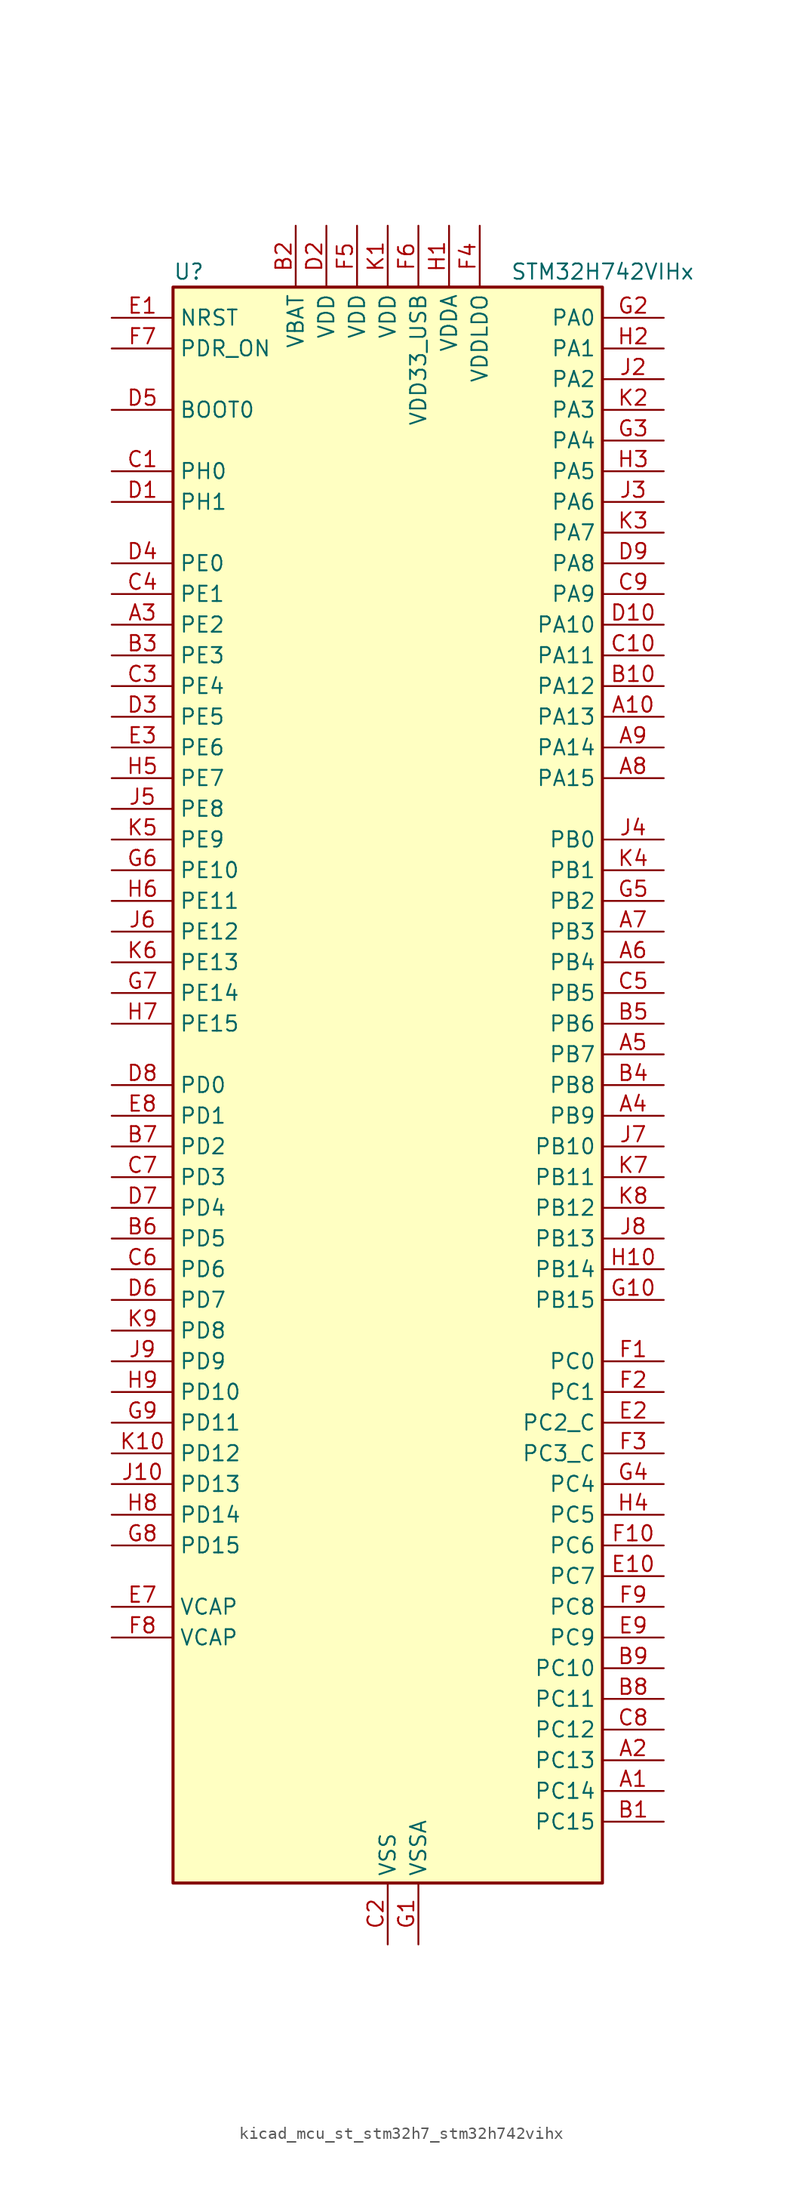
<source format=kicad_sym>
(kicad_symbol_lib
  (version 20220914)
  (generator kicad_symbol_editor)
  (symbol "kicad_mcu_st_stm32h7_stm32h742vihx"
    (property "Reference" "U"
      (at -17.78 67.31 0)
      (effects (font (size 1.27 1.27)) (justify left)))
    (property "Value" "STM32H742VIHx"
      (at 10.16 67.31 0)
      (effects (font (size 1.27 1.27)) (justify left)))
    (property "ki_locked" ""
      (at 0 0 0)
      (effects (font (size 1.27 1.27))))
    (symbol "kicad_mcu_st_stm32h7_stm32h742vihx_0_1"
      (rectangle (start -17.78 -66.04) (end 17.78 66.04) (stroke (width 0.254) (type default)) (fill (type background))))
    (symbol "kicad_mcu_st_stm32h7_stm32h742vihx_1_1"
      (pin bidirectional line (at 22.86 -58.42 180) (length 5.08) (name "PC14" (effects (font (size 1.27 1.27)))) (number "A1" (effects (font (size 1.27 1.27)))) (alternate "RCC_OSC32_IN" bidirectional line))
      (pin bidirectional line (at 22.86 30.48 180) (length 5.08) (name "PA13" (effects (font (size 1.27 1.27)))) (number "A10" (effects (font (size 1.27 1.27)))) (alternate "DEBUG_JTMS-SWDIO" bidirectional line))
      (pin bidirectional line (at 22.86 -55.88 180) (length 5.08) (name "PC13" (effects (font (size 1.27 1.27)))) (number "A2" (effects (font (size 1.27 1.27)))) (alternate "PWR_WKUP2" bidirectional line) (alternate "RTC_OUT_ALARM" bidirectional line) (alternate "RTC_OUT_CALIB" bidirectional line) (alternate "RTC_TAMP1" bidirectional line) (alternate "RTC_TS" bidirectional line))
      (pin bidirectional line (at -22.86 38.1 0) (length 5.08) (name "PE2" (effects (font (size 1.27 1.27)))) (number "A3" (effects (font (size 1.27 1.27)))) (alternate "DEBUG_TRACECLK" bidirectional line) (alternate "ETH_TXD3" bidirectional line) (alternate "FMC_A23" bidirectional line) (alternate "QUADSPI_BK1_IO2" bidirectional line) (alternate "SAI1_CK1" bidirectional line) (alternate "SAI1_MCLK_A" bidirectional line) (alternate "SAI4_CK1" bidirectional line) (alternate "SAI4_MCLK_A" bidirectional line) (alternate "SPI4_SCK" bidirectional line))
      (pin bidirectional line (at 22.86 -2.54 180) (length 5.08) (name "PB9" (effects (font (size 1.27 1.27)))) (number "A4" (effects (font (size 1.27 1.27)))) (alternate "DAC1_EXTI9" bidirectional line) (alternate "DCMI_D7" bidirectional line) (alternate "DFSDM1_DATIN7" bidirectional line) (alternate "FDCAN1_TX" bidirectional line) (alternate "I2C1_SDA" bidirectional line) (alternate "I2C4_SDA" bidirectional line) (alternate "I2C4_SMBA" bidirectional line) (alternate "I2S2_WS" bidirectional line) (alternate "SDMMC1_CDIR" bidirectional line) (alternate "SDMMC1_D5" bidirectional line) (alternate "SDMMC2_D5" bidirectional line) (alternate "SPI2_NSS" bidirectional line) (alternate "TIM17_CH1" bidirectional line) (alternate "TIM4_CH4" bidirectional line) (alternate "UART4_TX" bidirectional line))
      (pin bidirectional line (at 22.86 2.54 180) (length 5.08) (name "PB7" (effects (font (size 1.27 1.27)))) (number "A5" (effects (font (size 1.27 1.27)))) (alternate "DCMI_VSYNC" bidirectional line) (alternate "DFSDM1_CKIN5" bidirectional line) (alternate "FMC_NL" bidirectional line) (alternate "HRTIM_EEV9" bidirectional line) (alternate "I2C1_SDA" bidirectional line) (alternate "I2C4_SDA" bidirectional line) (alternate "LPUART1_RX" bidirectional line) (alternate "PWR_PVD_IN" bidirectional line) (alternate "TIM17_CH1N" bidirectional line) (alternate "TIM4_CH2" bidirectional line) (alternate "USART1_RX" bidirectional line))
      (pin bidirectional line (at 22.86 10.16 180) (length 5.08) (name "PB4" (effects (font (size 1.27 1.27)))) (number "A6" (effects (font (size 1.27 1.27)))) (alternate "DEBUG_JTRST" bidirectional line) (alternate "HRTIM_EEV6" bidirectional line) (alternate "I2S1_SDI" bidirectional line) (alternate "I2S2_WS" bidirectional line) (alternate "I2S3_SDI" bidirectional line) (alternate "SDMMC2_D3" bidirectional line) (alternate "SPI1_MISO" bidirectional line) (alternate "SPI2_NSS" bidirectional line) (alternate "SPI3_MISO" bidirectional line) (alternate "SPI6_MISO" bidirectional line) (alternate "TIM16_BKIN" bidirectional line) (alternate "TIM3_CH1" bidirectional line) (alternate "UART7_TX" bidirectional line))
      (pin bidirectional line (at 22.86 12.7 180) (length 5.08) (name "PB3" (effects (font (size 1.27 1.27)))) (number "A7" (effects (font (size 1.27 1.27)))) (alternate "CRS_SYNC" bidirectional line) (alternate "DEBUG_JTDO-SWO" bidirectional line) (alternate "HRTIM_FLT4" bidirectional line) (alternate "I2S1_CK" bidirectional line) (alternate "I2S3_CK" bidirectional line) (alternate "SDMMC2_D2" bidirectional line) (alternate "SPI1_SCK" bidirectional line) (alternate "SPI3_SCK" bidirectional line) (alternate "SPI6_SCK" bidirectional line) (alternate "TIM2_CH2" bidirectional line) (alternate "UART7_RX" bidirectional line))
      (pin bidirectional line (at 22.86 25.4 180) (length 5.08) (name "PA15" (effects (font (size 1.27 1.27)))) (number "A8" (effects (font (size 1.27 1.27)))) (alternate "ADC1_EXTI15" bidirectional line) (alternate "ADC2_EXTI15" bidirectional line) (alternate "ADC3_EXTI15" bidirectional line) (alternate "CEC" bidirectional line) (alternate "DEBUG_JTDI" bidirectional line) (alternate "HRTIM_FLT1" bidirectional line) (alternate "I2S1_WS" bidirectional line) (alternate "I2S3_WS" bidirectional line) (alternate "SPI1_NSS" bidirectional line) (alternate "SPI3_NSS" bidirectional line) (alternate "SPI6_NSS" bidirectional line) (alternate "TIM2_CH1" bidirectional line) (alternate "TIM2_ETR" bidirectional line) (alternate "UART4_DE" bidirectional line) (alternate "UART4_RTS" bidirectional line) (alternate "UART7_TX" bidirectional line))
      (pin bidirectional line (at 22.86 27.94 180) (length 5.08) (name "PA14" (effects (font (size 1.27 1.27)))) (number "A9" (effects (font (size 1.27 1.27)))) (alternate "DEBUG_JTCK-SWCLK" bidirectional line))
      (pin bidirectional line (at 22.86 -60.96 180) (length 5.08) (name "PC15" (effects (font (size 1.27 1.27)))) (number "B1" (effects (font (size 1.27 1.27)))) (alternate "ADC1_EXTI15" bidirectional line) (alternate "ADC2_EXTI15" bidirectional line) (alternate "ADC3_EXTI15" bidirectional line) (alternate "RCC_OSC32_OUT" bidirectional line))
      (pin bidirectional line (at 22.86 33.02 180) (length 5.08) (name "PA12" (effects (font (size 1.27 1.27)))) (number "B10" (effects (font (size 1.27 1.27)))) (alternate "FDCAN1_TX" bidirectional line) (alternate "HRTIM_CHD2" bidirectional line) (alternate "I2S2_CK" bidirectional line) (alternate "LPUART1_DE" bidirectional line) (alternate "LPUART1_RTS" bidirectional line) (alternate "SAI2_FS_B" bidirectional line) (alternate "SPI2_SCK" bidirectional line) (alternate "TIM1_ETR" bidirectional line) (alternate "UART4_TX" bidirectional line) (alternate "USART1_DE" bidirectional line) (alternate "USART1_RTS" bidirectional line) (alternate "USB_OTG_FS_DP" bidirectional line))
      (pin power_in line (at -7.62 71.12 270) (length 5.08) (name "VBAT" (effects (font (size 1.27 1.27)))) (number "B2" (effects (font (size 1.27 1.27)))))
      (pin bidirectional line (at -22.86 35.56 0) (length 5.08) (name "PE3" (effects (font (size 1.27 1.27)))) (number "B3" (effects (font (size 1.27 1.27)))) (alternate "DEBUG_TRACED0" bidirectional line) (alternate "FMC_A19" bidirectional line) (alternate "SAI1_SD_B" bidirectional line) (alternate "SAI4_SD_B" bidirectional line) (alternate "TIM15_BKIN" bidirectional line))
      (pin bidirectional line (at 22.86 0 180) (length 5.08) (name "PB8" (effects (font (size 1.27 1.27)))) (number "B4" (effects (font (size 1.27 1.27)))) (alternate "DCMI_D6" bidirectional line) (alternate "DFSDM1_CKIN7" bidirectional line) (alternate "ETH_TXD3" bidirectional line) (alternate "FDCAN1_RX" bidirectional line) (alternate "I2C1_SCL" bidirectional line) (alternate "I2C4_SCL" bidirectional line) (alternate "SDMMC1_CKIN" bidirectional line) (alternate "SDMMC1_D4" bidirectional line) (alternate "SDMMC2_D4" bidirectional line) (alternate "TIM16_CH1" bidirectional line) (alternate "TIM4_CH3" bidirectional line) (alternate "UART4_RX" bidirectional line))
      (pin bidirectional line (at 22.86 5.08 180) (length 5.08) (name "PB6" (effects (font (size 1.27 1.27)))) (number "B5" (effects (font (size 1.27 1.27)))) (alternate "CEC" bidirectional line) (alternate "DCMI_D5" bidirectional line) (alternate "DFSDM1_DATIN5" bidirectional line) (alternate "FDCAN2_TX" bidirectional line) (alternate "FMC_SDNE1" bidirectional line) (alternate "HRTIM_EEV8" bidirectional line) (alternate "I2C1_SCL" bidirectional line) (alternate "I2C4_SCL" bidirectional line) (alternate "LPUART1_TX" bidirectional line) (alternate "QUADSPI_BK1_NCS" bidirectional line) (alternate "TIM16_CH1N" bidirectional line) (alternate "TIM4_CH1" bidirectional line) (alternate "UART5_TX" bidirectional line) (alternate "USART1_TX" bidirectional line))
      (pin bidirectional line (at -22.86 -12.7 0) (length 5.08) (name "PD5" (effects (font (size 1.27 1.27)))) (number "B6" (effects (font (size 1.27 1.27)))) (alternate "FMC_NWE" bidirectional line) (alternate "HRTIM_EEV3" bidirectional line) (alternate "USART2_TX" bidirectional line))
      (pin bidirectional line (at -22.86 -5.08 0) (length 5.08) (name "PD2" (effects (font (size 1.27 1.27)))) (number "B7" (effects (font (size 1.27 1.27)))) (alternate "DCMI_D11" bidirectional line) (alternate "DEBUG_TRACED2" bidirectional line) (alternate "SDMMC1_CMD" bidirectional line) (alternate "TIM3_ETR" bidirectional line) (alternate "UART5_RX" bidirectional line))
      (pin bidirectional line (at 22.86 -50.8 180) (length 5.08) (name "PC11" (effects (font (size 1.27 1.27)))) (number "B8" (effects (font (size 1.27 1.27)))) (alternate "ADC1_EXTI11" bidirectional line) (alternate "ADC2_EXTI11" bidirectional line) (alternate "ADC3_EXTI11" bidirectional line) (alternate "DCMI_D4" bidirectional line) (alternate "DFSDM1_DATIN5" bidirectional line) (alternate "HRTIM_FLT2" bidirectional line) (alternate "I2S3_SDI" bidirectional line) (alternate "QUADSPI_BK2_NCS" bidirectional line) (alternate "SDMMC1_D3" bidirectional line) (alternate "SPI3_MISO" bidirectional line) (alternate "UART4_RX" bidirectional line) (alternate "USART3_RX" bidirectional line))
      (pin bidirectional line (at 22.86 -48.26 180) (length 5.08) (name "PC10" (effects (font (size 1.27 1.27)))) (number "B9" (effects (font (size 1.27 1.27)))) (alternate "DCMI_D8" bidirectional line) (alternate "DFSDM1_CKIN5" bidirectional line) (alternate "HRTIM_EEV1" bidirectional line) (alternate "I2S3_CK" bidirectional line) (alternate "QUADSPI_BK1_IO1" bidirectional line) (alternate "SDMMC1_D2" bidirectional line) (alternate "SPI3_SCK" bidirectional line) (alternate "UART4_TX" bidirectional line) (alternate "USART3_TX" bidirectional line))
      (pin bidirectional line (at -22.86 50.8 0) (length 5.08) (name "PH0" (effects (font (size 1.27 1.27)))) (number "C1" (effects (font (size 1.27 1.27)))) (alternate "RCC_OSC_IN" bidirectional line))
      (pin bidirectional line (at 22.86 35.56 180) (length 5.08) (name "PA11" (effects (font (size 1.27 1.27)))) (number "C10" (effects (font (size 1.27 1.27)))) (alternate "ADC1_EXTI11" bidirectional line) (alternate "ADC2_EXTI11" bidirectional line) (alternate "ADC3_EXTI11" bidirectional line) (alternate "FDCAN1_RX" bidirectional line) (alternate "HRTIM_CHD1" bidirectional line) (alternate "I2S2_WS" bidirectional line) (alternate "LPUART1_CTS" bidirectional line) (alternate "SPI2_NSS" bidirectional line) (alternate "TIM1_CH4" bidirectional line) (alternate "UART4_RX" bidirectional line) (alternate "USART1_CTS" bidirectional line) (alternate "USART1_NSS" bidirectional line) (alternate "USB_OTG_FS_DM" bidirectional line))
      (pin power_in line (at 0 -71.12 90) (length 5.08) (name "VSS" (effects (font (size 1.27 1.27)))) (number "C2" (effects (font (size 1.27 1.27)))))
      (pin bidirectional line (at -22.86 33.02 0) (length 5.08) (name "PE4" (effects (font (size 1.27 1.27)))) (number "C3" (effects (font (size 1.27 1.27)))) (alternate "DCMI_D4" bidirectional line) (alternate "DEBUG_TRACED1" bidirectional line) (alternate "DFSDM1_DATIN3" bidirectional line) (alternate "FMC_A20" bidirectional line) (alternate "SAI1_D2" bidirectional line) (alternate "SAI1_FS_A" bidirectional line) (alternate "SAI4_D2" bidirectional line) (alternate "SAI4_FS_A" bidirectional line) (alternate "SPI4_NSS" bidirectional line) (alternate "TIM15_CH1N" bidirectional line))
      (pin bidirectional line (at -22.86 40.64 0) (length 5.08) (name "PE1" (effects (font (size 1.27 1.27)))) (number "C4" (effects (font (size 1.27 1.27)))) (alternate "DCMI_D3" bidirectional line) (alternate "FMC_NBL1" bidirectional line) (alternate "HRTIM_SCOUT" bidirectional line) (alternate "LPTIM1_IN2" bidirectional line) (alternate "UART8_TX" bidirectional line))
      (pin bidirectional line (at 22.86 7.62 180) (length 5.08) (name "PB5" (effects (font (size 1.27 1.27)))) (number "C5" (effects (font (size 1.27 1.27)))) (alternate "DCMI_D10" bidirectional line) (alternate "ETH_PPS_OUT" bidirectional line) (alternate "FDCAN2_RX" bidirectional line) (alternate "FMC_SDCKE1" bidirectional line) (alternate "HRTIM_EEV7" bidirectional line) (alternate "I2C1_SMBA" bidirectional line) (alternate "I2C4_SMBA" bidirectional line) (alternate "I2S1_SDO" bidirectional line) (alternate "I2S3_SDO" bidirectional line) (alternate "SPI1_MOSI" bidirectional line) (alternate "SPI3_MOSI" bidirectional line) (alternate "SPI6_MOSI" bidirectional line) (alternate "TIM17_BKIN" bidirectional line) (alternate "TIM3_CH2" bidirectional line) (alternate "UART5_RX" bidirectional line) (alternate "USB_OTG_HS_ULPI_D7" bidirectional line))
      (pin bidirectional line (at -22.86 -15.24 0) (length 5.08) (name "PD6" (effects (font (size 1.27 1.27)))) (number "C6" (effects (font (size 1.27 1.27)))) (alternate "DCMI_D10" bidirectional line) (alternate "DFSDM1_CKIN4" bidirectional line) (alternate "DFSDM1_DATIN1" bidirectional line) (alternate "FMC_NWAIT" bidirectional line) (alternate "I2S3_SDO" bidirectional line) (alternate "SAI1_D1" bidirectional line) (alternate "SAI1_SD_A" bidirectional line) (alternate "SAI4_D1" bidirectional line) (alternate "SAI4_SD_A" bidirectional line) (alternate "SDMMC2_CK" bidirectional line) (alternate "SPI3_MOSI" bidirectional line) (alternate "USART2_RX" bidirectional line))
      (pin bidirectional line (at -22.86 -7.62 0) (length 5.08) (name "PD3" (effects (font (size 1.27 1.27)))) (number "C7" (effects (font (size 1.27 1.27)))) (alternate "DCMI_D5" bidirectional line) (alternate "DFSDM1_CKOUT" bidirectional line) (alternate "FMC_CLK" bidirectional line) (alternate "I2S2_CK" bidirectional line) (alternate "SPI2_SCK" bidirectional line) (alternate "USART2_CTS" bidirectional line) (alternate "USART2_NSS" bidirectional line))
      (pin bidirectional line (at 22.86 -53.34 180) (length 5.08) (name "PC12" (effects (font (size 1.27 1.27)))) (number "C8" (effects (font (size 1.27 1.27)))) (alternate "DCMI_D9" bidirectional line) (alternate "DEBUG_TRACED3" bidirectional line) (alternate "HRTIM_EEV2" bidirectional line) (alternate "I2S3_SDO" bidirectional line) (alternate "SDMMC1_CK" bidirectional line) (alternate "SPI3_MOSI" bidirectional line) (alternate "UART5_TX" bidirectional line) (alternate "USART3_CK" bidirectional line))
      (pin bidirectional line (at 22.86 40.64 180) (length 5.08) (name "PA9" (effects (font (size 1.27 1.27)))) (number "C9" (effects (font (size 1.27 1.27)))) (alternate "DAC1_EXTI9" bidirectional line) (alternate "DCMI_D0" bidirectional line) (alternate "HRTIM_CHC1" bidirectional line) (alternate "I2C3_SMBA" bidirectional line) (alternate "I2S2_CK" bidirectional line) (alternate "LPUART1_TX" bidirectional line) (alternate "SPI2_SCK" bidirectional line) (alternate "TIM1_CH2" bidirectional line) (alternate "USART1_TX" bidirectional line) (alternate "USB_OTG_FS_VBUS" bidirectional line))
      (pin bidirectional line (at -22.86 48.26 0) (length 5.08) (name "PH1" (effects (font (size 1.27 1.27)))) (number "D1" (effects (font (size 1.27 1.27)))) (alternate "RCC_OSC_OUT" bidirectional line))
      (pin bidirectional line (at 22.86 38.1 180) (length 5.08) (name "PA10" (effects (font (size 1.27 1.27)))) (number "D10" (effects (font (size 1.27 1.27)))) (alternate "DCMI_D1" bidirectional line) (alternate "HRTIM_CHC2" bidirectional line) (alternate "LPUART1_RX" bidirectional line) (alternate "MDIOS_MDIO" bidirectional line) (alternate "TIM1_CH3" bidirectional line) (alternate "USART1_RX" bidirectional line) (alternate "USB_OTG_FS_ID" bidirectional line))
      (pin power_in line (at -5.08 71.12 270) (length 5.08) (name "VDD" (effects (font (size 1.27 1.27)))) (number "D2" (effects (font (size 1.27 1.27)))))
      (pin bidirectional line (at -22.86 30.48 0) (length 5.08) (name "PE5" (effects (font (size 1.27 1.27)))) (number "D3" (effects (font (size 1.27 1.27)))) (alternate "DCMI_D6" bidirectional line) (alternate "DEBUG_TRACED2" bidirectional line) (alternate "DFSDM1_CKIN3" bidirectional line) (alternate "FMC_A21" bidirectional line) (alternate "SAI1_CK2" bidirectional line) (alternate "SAI1_SCK_A" bidirectional line) (alternate "SAI4_CK2" bidirectional line) (alternate "SAI4_SCK_A" bidirectional line) (alternate "SPI4_MISO" bidirectional line) (alternate "TIM15_CH1" bidirectional line))
      (pin bidirectional line (at -22.86 43.18 0) (length 5.08) (name "PE0" (effects (font (size 1.27 1.27)))) (number "D4" (effects (font (size 1.27 1.27)))) (alternate "DCMI_D2" bidirectional line) (alternate "FMC_NBL0" bidirectional line) (alternate "HRTIM_SCIN" bidirectional line) (alternate "LPTIM1_ETR" bidirectional line) (alternate "LPTIM2_ETR" bidirectional line) (alternate "SAI2_MCLK_A" bidirectional line) (alternate "TIM4_ETR" bidirectional line) (alternate "UART8_RX" bidirectional line))
      (pin input line (at -22.86 55.88 0) (length 5.08) (name "BOOT0" (effects (font (size 1.27 1.27)))) (number "D5" (effects (font (size 1.27 1.27)))))
      (pin bidirectional line (at -22.86 -17.78 0) (length 5.08) (name "PD7" (effects (font (size 1.27 1.27)))) (number "D6" (effects (font (size 1.27 1.27)))) (alternate "DFSDM1_CKIN1" bidirectional line) (alternate "DFSDM1_DATIN4" bidirectional line) (alternate "FMC_NE1" bidirectional line) (alternate "I2S1_SDO" bidirectional line) (alternate "SDMMC2_CMD" bidirectional line) (alternate "SPDIFRX1_IN0" bidirectional line) (alternate "SPI1_MOSI" bidirectional line) (alternate "USART2_CK" bidirectional line))
      (pin bidirectional line (at -22.86 -10.16 0) (length 5.08) (name "PD4" (effects (font (size 1.27 1.27)))) (number "D7" (effects (font (size 1.27 1.27)))) (alternate "FMC_NOE" bidirectional line) (alternate "HRTIM_FLT3" bidirectional line) (alternate "SAI3_FS_A" bidirectional line) (alternate "USART2_DE" bidirectional line) (alternate "USART2_RTS" bidirectional line))
      (pin bidirectional line (at -22.86 0 0) (length 5.08) (name "PD0" (effects (font (size 1.27 1.27)))) (number "D8" (effects (font (size 1.27 1.27)))) (alternate "DFSDM1_CKIN6" bidirectional line) (alternate "FDCAN1_RX" bidirectional line) (alternate "FMC_D2" bidirectional line) (alternate "FMC_DA2" bidirectional line) (alternate "SAI3_SCK_A" bidirectional line) (alternate "UART4_RX" bidirectional line))
      (pin bidirectional line (at 22.86 43.18 180) (length 5.08) (name "PA8" (effects (font (size 1.27 1.27)))) (number "D9" (effects (font (size 1.27 1.27)))) (alternate "HRTIM_CHB2" bidirectional line) (alternate "I2C3_SCL" bidirectional line) (alternate "RCC_MCO_1" bidirectional line) (alternate "TIM1_CH1" bidirectional line) (alternate "TIM8_BKIN2" bidirectional line) (alternate "TIM8_BKIN2_COMP1" bidirectional line) (alternate "TIM8_BKIN2_COMP2" bidirectional line) (alternate "UART7_RX" bidirectional line) (alternate "USART1_CK" bidirectional line) (alternate "USB_OTG_FS_SOF" bidirectional line))
      (pin input line (at -22.86 63.5 0) (length 5.08) (name "NRST" (effects (font (size 1.27 1.27)))) (number "E1" (effects (font (size 1.27 1.27)))))
      (pin bidirectional line (at 22.86 -40.64 180) (length 5.08) (name "PC7" (effects (font (size 1.27 1.27)))) (number "E10" (effects (font (size 1.27 1.27)))) (alternate "DCMI_D1" bidirectional line) (alternate "DEBUG_TRGIO" bidirectional line) (alternate "DFSDM1_DATIN3" bidirectional line) (alternate "FMC_NE1" bidirectional line) (alternate "HRTIM_CHA2" bidirectional line) (alternate "I2S3_MCK" bidirectional line) (alternate "SDMMC1_D123DIR" bidirectional line) (alternate "SDMMC1_D7" bidirectional line) (alternate "SDMMC2_D7" bidirectional line) (alternate "SWPMI1_TX" bidirectional line) (alternate "TIM3_CH2" bidirectional line) (alternate "TIM8_CH2" bidirectional line) (alternate "USART6_RX" bidirectional line))
      (pin bidirectional line (at 22.86 -27.94 180) (length 5.08) (name "PC2_C" (effects (font (size 1.27 1.27)))) (number "E2" (effects (font (size 1.27 1.27)))) (alternate "ADC3_INN1" bidirectional line) (alternate "ADC3_INP0" bidirectional line) (alternate "DFSDM1_CKIN1" bidirectional line) (alternate "DFSDM1_CKOUT" bidirectional line) (alternate "ETH_TXD2" bidirectional line) (alternate "FMC_SDNE0" bidirectional line) (alternate "I2S2_SDI" bidirectional line) (alternate "PWR_CSTOP" bidirectional line) (alternate "SPI2_MISO" bidirectional line) (alternate "USB_OTG_HS_ULPI_DIR" bidirectional line))
      (pin bidirectional line (at -22.86 27.94 0) (length 5.08) (name "PE6" (effects (font (size 1.27 1.27)))) (number "E3" (effects (font (size 1.27 1.27)))) (alternate "DCMI_D7" bidirectional line) (alternate "DEBUG_TRACED3" bidirectional line) (alternate "FMC_A22" bidirectional line) (alternate "SAI1_D1" bidirectional line) (alternate "SAI1_SD_A" bidirectional line) (alternate "SAI2_MCLK_B" bidirectional line) (alternate "SAI4_D1" bidirectional line) (alternate "SAI4_SD_A" bidirectional line) (alternate "SPI4_MOSI" bidirectional line) (alternate "TIM15_CH2" bidirectional line) (alternate "TIM1_BKIN2" bidirectional line) (alternate "TIM1_BKIN2_COMP1" bidirectional line) (alternate "TIM1_BKIN2_COMP2" bidirectional line))
      (pin passive line (at 0 -71.12 90) (length 5.08) hide (name "VSS" (effects (font (size 1.27 1.27)))) (number "E4" (effects (font (size 1.27 1.27)))))
      (pin passive line (at 0 -71.12 90) (length 5.08) hide (name "VSS" (effects (font (size 1.27 1.27)))) (number "E5" (effects (font (size 1.27 1.27)))))
      (pin passive line (at 0 -71.12 90) (length 5.08) hide (name "VSS" (effects (font (size 1.27 1.27)))) (number "E6" (effects (font (size 1.27 1.27)))))
      (pin power_out line (at -22.86 -43.18 0) (length 5.08) (name "VCAP" (effects (font (size 1.27 1.27)))) (number "E7" (effects (font (size 1.27 1.27)))))
      (pin bidirectional line (at -22.86 -2.54 0) (length 5.08) (name "PD1" (effects (font (size 1.27 1.27)))) (number "E8" (effects (font (size 1.27 1.27)))) (alternate "DFSDM1_DATIN6" bidirectional line) (alternate "FDCAN1_TX" bidirectional line) (alternate "FMC_D3" bidirectional line) (alternate "FMC_DA3" bidirectional line) (alternate "SAI3_SD_A" bidirectional line) (alternate "UART4_TX" bidirectional line))
      (pin bidirectional line (at 22.86 -45.72 180) (length 5.08) (name "PC9" (effects (font (size 1.27 1.27)))) (number "E9" (effects (font (size 1.27 1.27)))) (alternate "DAC1_EXTI9" bidirectional line) (alternate "DCMI_D3" bidirectional line) (alternate "I2C3_SDA" bidirectional line) (alternate "I2S_CKIN" bidirectional line) (alternate "QUADSPI_BK1_IO0" bidirectional line) (alternate "RCC_MCO_2" bidirectional line) (alternate "SDMMC1_D1" bidirectional line) (alternate "SWPMI1_SUSPEND" bidirectional line) (alternate "TIM3_CH4" bidirectional line) (alternate "TIM8_CH4" bidirectional line) (alternate "UART5_CTS" bidirectional line))
      (pin bidirectional line (at 22.86 -22.86 180) (length 5.08) (name "PC0" (effects (font (size 1.27 1.27)))) (number "F1" (effects (font (size 1.27 1.27)))) (alternate "ADC1_INP10" bidirectional line) (alternate "ADC2_INP10" bidirectional line) (alternate "ADC3_INP10" bidirectional line) (alternate "DFSDM1_CKIN0" bidirectional line) (alternate "DFSDM1_DATIN4" bidirectional line) (alternate "FMC_SDNWE" bidirectional line) (alternate "SAI2_FS_B" bidirectional line) (alternate "USB_OTG_HS_ULPI_STP" bidirectional line))
      (pin bidirectional line (at 22.86 -38.1 180) (length 5.08) (name "PC6" (effects (font (size 1.27 1.27)))) (number "F10" (effects (font (size 1.27 1.27)))) (alternate "DCMI_D0" bidirectional line) (alternate "DFSDM1_CKIN3" bidirectional line) (alternate "FMC_NWAIT" bidirectional line) (alternate "HRTIM_CHA1" bidirectional line) (alternate "I2S2_MCK" bidirectional line) (alternate "SDMMC1_D0DIR" bidirectional line) (alternate "SDMMC1_D6" bidirectional line) (alternate "SDMMC2_D6" bidirectional line) (alternate "SWPMI1_IO" bidirectional line) (alternate "TIM3_CH1" bidirectional line) (alternate "TIM8_CH1" bidirectional line) (alternate "USART6_TX" bidirectional line))
      (pin bidirectional line (at 22.86 -25.4 180) (length 5.08) (name "PC1" (effects (font (size 1.27 1.27)))) (number "F2" (effects (font (size 1.27 1.27)))) (alternate "ADC1_INN10" bidirectional line) (alternate "ADC1_INP11" bidirectional line) (alternate "ADC2_INN10" bidirectional line) (alternate "ADC2_INP11" bidirectional line) (alternate "ADC3_INN10" bidirectional line) (alternate "ADC3_INP11" bidirectional line) (alternate "DEBUG_TRACED0" bidirectional line) (alternate "DFSDM1_CKIN4" bidirectional line) (alternate "DFSDM1_DATIN0" bidirectional line) (alternate "ETH_MDC" bidirectional line) (alternate "I2S2_SDO" bidirectional line) (alternate "MDIOS_MDC" bidirectional line) (alternate "PWR_WKUP5" bidirectional line) (alternate "RTC_TAMP3" bidirectional line) (alternate "SAI1_D1" bidirectional line) (alternate "SAI1_SD_A" bidirectional line) (alternate "SAI4_D1" bidirectional line) (alternate "SAI4_SD_A" bidirectional line) (alternate "SDMMC2_CK" bidirectional line) (alternate "SPI2_MOSI" bidirectional line))
      (pin bidirectional line (at 22.86 -30.48 180) (length 5.08) (name "PC3_C" (effects (font (size 1.27 1.27)))) (number "F3" (effects (font (size 1.27 1.27)))) (alternate "ADC3_INP1" bidirectional line) (alternate "DFSDM1_DATIN1" bidirectional line) (alternate "ETH_TX_CLK" bidirectional line) (alternate "FMC_SDCKE0" bidirectional line) (alternate "I2S2_SDO" bidirectional line) (alternate "PWR_CSLEEP" bidirectional line) (alternate "SPI2_MOSI" bidirectional line) (alternate "USB_OTG_HS_ULPI_NXT" bidirectional line))
      (pin power_in line (at 7.62 71.12 270) (length 5.08) (name "VDDLDO" (effects (font (size 1.27 1.27)))) (number "F4" (effects (font (size 1.27 1.27)))))
      (pin power_in line (at -2.54 71.12 270) (length 5.08) (name "VDD" (effects (font (size 1.27 1.27)))) (number "F5" (effects (font (size 1.27 1.27)))))
      (pin power_in line (at 2.54 71.12 270) (length 5.08) (name "VDD33_USB" (effects (font (size 1.27 1.27)))) (number "F6" (effects (font (size 1.27 1.27)))))
      (pin input line (at -22.86 60.96 0) (length 5.08) (name "PDR_ON" (effects (font (size 1.27 1.27)))) (number "F7" (effects (font (size 1.27 1.27)))))
      (pin power_out line (at -22.86 -45.72 0) (length 5.08) (name "VCAP" (effects (font (size 1.27 1.27)))) (number "F8" (effects (font (size 1.27 1.27)))))
      (pin bidirectional line (at 22.86 -43.18 180) (length 5.08) (name "PC8" (effects (font (size 1.27 1.27)))) (number "F9" (effects (font (size 1.27 1.27)))) (alternate "DCMI_D2" bidirectional line) (alternate "DEBUG_TRACED1" bidirectional line) (alternate "FMC_NCE" bidirectional line) (alternate "FMC_NE2" bidirectional line) (alternate "HRTIM_CHB1" bidirectional line) (alternate "SDMMC1_D0" bidirectional line) (alternate "SWPMI1_RX" bidirectional line) (alternate "TIM3_CH3" bidirectional line) (alternate "TIM8_CH3" bidirectional line) (alternate "UART5_DE" bidirectional line) (alternate "UART5_RTS" bidirectional line) (alternate "USART6_CK" bidirectional line))
      (pin power_in line (at 2.54 -71.12 90) (length 5.08) (name "VSSA" (effects (font (size 1.27 1.27)))) (number "G1" (effects (font (size 1.27 1.27)))))
      (pin bidirectional line (at 22.86 -17.78 180) (length 5.08) (name "PB15" (effects (font (size 1.27 1.27)))) (number "G10" (effects (font (size 1.27 1.27)))) (alternate "ADC1_EXTI15" bidirectional line) (alternate "ADC2_EXTI15" bidirectional line) (alternate "ADC3_EXTI15" bidirectional line) (alternate "DFSDM1_CKIN2" bidirectional line) (alternate "I2S2_SDO" bidirectional line) (alternate "RTC_REFIN" bidirectional line) (alternate "SDMMC2_D1" bidirectional line) (alternate "SPI2_MOSI" bidirectional line) (alternate "TIM12_CH2" bidirectional line) (alternate "TIM1_CH3N" bidirectional line) (alternate "TIM8_CH3N" bidirectional line) (alternate "UART4_CTS" bidirectional line) (alternate "USART1_RX" bidirectional line) (alternate "USB_OTG_HS_DP" bidirectional line))
      (pin bidirectional line (at 22.86 63.5 180) (length 5.08) (name "PA0" (effects (font (size 1.27 1.27)))) (number "G2" (effects (font (size 1.27 1.27)))) (alternate "ADC1_INP16" bidirectional line) (alternate "ETH_CRS" bidirectional line) (alternate "PWR_WKUP0" bidirectional line) (alternate "SAI2_SD_B" bidirectional line) (alternate "SDMMC2_CMD" bidirectional line) (alternate "TIM15_BKIN" bidirectional line) (alternate "TIM2_CH1" bidirectional line) (alternate "TIM2_ETR" bidirectional line) (alternate "TIM5_CH1" bidirectional line) (alternate "TIM8_ETR" bidirectional line) (alternate "UART4_TX" bidirectional line) (alternate "USART2_CTS" bidirectional line) (alternate "USART2_NSS" bidirectional line))
      (pin bidirectional line (at 22.86 53.34 180) (length 5.08) (name "PA4" (effects (font (size 1.27 1.27)))) (number "G3" (effects (font (size 1.27 1.27)))) (alternate "ADC1_INP18" bidirectional line) (alternate "ADC2_INP18" bidirectional line) (alternate "DAC1_OUT1" bidirectional line) (alternate "DCMI_HSYNC" bidirectional line) (alternate "I2S1_WS" bidirectional line) (alternate "I2S3_WS" bidirectional line) (alternate "SPI1_NSS" bidirectional line) (alternate "SPI3_NSS" bidirectional line) (alternate "SPI6_NSS" bidirectional line) (alternate "TIM5_ETR" bidirectional line) (alternate "USART2_CK" bidirectional line) (alternate "USB_OTG_HS_SOF" bidirectional line))
      (pin bidirectional line (at 22.86 -33.02 180) (length 5.08) (name "PC4" (effects (font (size 1.27 1.27)))) (number "G4" (effects (font (size 1.27 1.27)))) (alternate "ADC1_INP4" bidirectional line) (alternate "ADC2_INP4" bidirectional line) (alternate "COMP1_INM" bidirectional line) (alternate "DFSDM1_CKIN2" bidirectional line) (alternate "ETH_RXD0" bidirectional line) (alternate "FMC_SDNE0" bidirectional line) (alternate "I2S1_MCK" bidirectional line) (alternate "OPAMP1_VOUT" bidirectional line) (alternate "SPDIFRX1_IN2" bidirectional line))
      (pin bidirectional line (at 22.86 15.24 180) (length 5.08) (name "PB2" (effects (font (size 1.27 1.27)))) (number "G5" (effects (font (size 1.27 1.27)))) (alternate "COMP1_INP" bidirectional line) (alternate "DFSDM1_CKIN1" bidirectional line) (alternate "I2S3_SDO" bidirectional line) (alternate "QUADSPI_CLK" bidirectional line) (alternate "RTC_OUT_ALARM" bidirectional line) (alternate "RTC_OUT_CALIB" bidirectional line) (alternate "SAI1_D1" bidirectional line) (alternate "SAI1_SD_A" bidirectional line) (alternate "SAI4_D1" bidirectional line) (alternate "SAI4_SD_A" bidirectional line) (alternate "SPI3_MOSI" bidirectional line))
      (pin bidirectional line (at -22.86 17.78 0) (length 5.08) (name "PE10" (effects (font (size 1.27 1.27)))) (number "G6" (effects (font (size 1.27 1.27)))) (alternate "COMP2_INM" bidirectional line) (alternate "DFSDM1_DATIN4" bidirectional line) (alternate "FMC_D7" bidirectional line) (alternate "FMC_DA7" bidirectional line) (alternate "QUADSPI_BK2_IO3" bidirectional line) (alternate "TIM1_CH2N" bidirectional line) (alternate "UART7_CTS" bidirectional line))
      (pin bidirectional line (at -22.86 7.62 0) (length 5.08) (name "PE14" (effects (font (size 1.27 1.27)))) (number "G7" (effects (font (size 1.27 1.27)))) (alternate "FMC_D11" bidirectional line) (alternate "FMC_DA11" bidirectional line) (alternate "SAI2_MCLK_B" bidirectional line) (alternate "SPI4_MOSI" bidirectional line) (alternate "TIM1_CH4" bidirectional line))
      (pin bidirectional line (at -22.86 -38.1 0) (length 5.08) (name "PD15" (effects (font (size 1.27 1.27)))) (number "G8" (effects (font (size 1.27 1.27)))) (alternate "ADC1_EXTI15" bidirectional line) (alternate "ADC2_EXTI15" bidirectional line) (alternate "ADC3_EXTI15" bidirectional line) (alternate "FMC_D1" bidirectional line) (alternate "FMC_DA1" bidirectional line) (alternate "SAI3_MCLK_A" bidirectional line) (alternate "TIM4_CH4" bidirectional line) (alternate "UART8_DE" bidirectional line) (alternate "UART8_RTS" bidirectional line))
      (pin bidirectional line (at -22.86 -27.94 0) (length 5.08) (name "PD11" (effects (font (size 1.27 1.27)))) (number "G9" (effects (font (size 1.27 1.27)))) (alternate "ADC1_EXTI11" bidirectional line) (alternate "ADC2_EXTI11" bidirectional line) (alternate "ADC3_EXTI11" bidirectional line) (alternate "FMC_A16" bidirectional line) (alternate "FMC_CLE" bidirectional line) (alternate "I2C4_SMBA" bidirectional line) (alternate "LPTIM2_IN2" bidirectional line) (alternate "QUADSPI_BK1_IO0" bidirectional line) (alternate "SAI2_SD_A" bidirectional line) (alternate "USART3_CTS" bidirectional line) (alternate "USART3_NSS" bidirectional line))
      (pin power_in line (at 5.08 71.12 270) (length 5.08) (name "VDDA" (effects (font (size 1.27 1.27)))) (number "H1" (effects (font (size 1.27 1.27)))))
      (pin bidirectional line (at 22.86 -15.24 180) (length 5.08) (name "PB14" (effects (font (size 1.27 1.27)))) (number "H10" (effects (font (size 1.27 1.27)))) (alternate "DFSDM1_DATIN2" bidirectional line) (alternate "I2S2_SDI" bidirectional line) (alternate "SDMMC2_D0" bidirectional line) (alternate "SPI2_MISO" bidirectional line) (alternate "TIM12_CH1" bidirectional line) (alternate "TIM1_CH2N" bidirectional line) (alternate "TIM8_CH2N" bidirectional line) (alternate "UART4_DE" bidirectional line) (alternate "UART4_RTS" bidirectional line) (alternate "USART1_TX" bidirectional line) (alternate "USART3_DE" bidirectional line) (alternate "USART3_RTS" bidirectional line) (alternate "USB_OTG_HS_DM" bidirectional line))
      (pin bidirectional line (at 22.86 60.96 180) (length 5.08) (name "PA1" (effects (font (size 1.27 1.27)))) (number "H2" (effects (font (size 1.27 1.27)))) (alternate "ADC1_INN16" bidirectional line) (alternate "ADC1_INP17" bidirectional line) (alternate "ETH_REF_CLK" bidirectional line) (alternate "ETH_RX_CLK" bidirectional line) (alternate "LPTIM3_OUT" bidirectional line) (alternate "QUADSPI_BK1_IO3" bidirectional line) (alternate "SAI2_MCLK_B" bidirectional line) (alternate "TIM15_CH1N" bidirectional line) (alternate "TIM2_CH2" bidirectional line) (alternate "TIM5_CH2" bidirectional line) (alternate "UART4_RX" bidirectional line) (alternate "USART2_DE" bidirectional line) (alternate "USART2_RTS" bidirectional line))
      (pin bidirectional line (at 22.86 50.8 180) (length 5.08) (name "PA5" (effects (font (size 1.27 1.27)))) (number "H3" (effects (font (size 1.27 1.27)))) (alternate "ADC1_INN18" bidirectional line) (alternate "ADC1_INP19" bidirectional line) (alternate "ADC2_INN18" bidirectional line) (alternate "ADC2_INP19" bidirectional line) (alternate "DAC1_OUT2" bidirectional line) (alternate "I2S1_CK" bidirectional line) (alternate "PWR_NDSTOP2" bidirectional line) (alternate "SPI1_SCK" bidirectional line) (alternate "SPI6_SCK" bidirectional line) (alternate "TIM2_CH1" bidirectional line) (alternate "TIM2_ETR" bidirectional line) (alternate "TIM8_CH1N" bidirectional line) (alternate "USB_OTG_HS_ULPI_CK" bidirectional line))
      (pin bidirectional line (at 22.86 -35.56 180) (length 5.08) (name "PC5" (effects (font (size 1.27 1.27)))) (number "H4" (effects (font (size 1.27 1.27)))) (alternate "ADC1_INN4" bidirectional line) (alternate "ADC1_INP8" bidirectional line) (alternate "ADC2_INN4" bidirectional line) (alternate "ADC2_INP8" bidirectional line) (alternate "COMP1_OUT" bidirectional line) (alternate "DFSDM1_DATIN2" bidirectional line) (alternate "ETH_RXD1" bidirectional line) (alternate "FMC_SDCKE0" bidirectional line) (alternate "OPAMP1_VINM" bidirectional line) (alternate "OPAMP1_VINM0" bidirectional line) (alternate "SAI1_D3" bidirectional line) (alternate "SAI4_D3" bidirectional line) (alternate "SPDIFRX1_IN3" bidirectional line))
      (pin bidirectional line (at -22.86 25.4 0) (length 5.08) (name "PE7" (effects (font (size 1.27 1.27)))) (number "H5" (effects (font (size 1.27 1.27)))) (alternate "COMP2_INM" bidirectional line) (alternate "DFSDM1_DATIN2" bidirectional line) (alternate "FMC_D4" bidirectional line) (alternate "FMC_DA4" bidirectional line) (alternate "OPAMP2_VOUT" bidirectional line) (alternate "QUADSPI_BK2_IO0" bidirectional line) (alternate "TIM1_ETR" bidirectional line) (alternate "UART7_RX" bidirectional line))
      (pin bidirectional line (at -22.86 15.24 0) (length 5.08) (name "PE11" (effects (font (size 1.27 1.27)))) (number "H6" (effects (font (size 1.27 1.27)))) (alternate "ADC1_EXTI11" bidirectional line) (alternate "ADC2_EXTI11" bidirectional line) (alternate "ADC3_EXTI11" bidirectional line) (alternate "COMP2_INP" bidirectional line) (alternate "DFSDM1_CKIN4" bidirectional line) (alternate "FMC_D8" bidirectional line) (alternate "FMC_DA8" bidirectional line) (alternate "SAI2_SD_B" bidirectional line) (alternate "SPI4_NSS" bidirectional line) (alternate "TIM1_CH2" bidirectional line))
      (pin bidirectional line (at -22.86 5.08 0) (length 5.08) (name "PE15" (effects (font (size 1.27 1.27)))) (number "H7" (effects (font (size 1.27 1.27)))) (alternate "ADC1_EXTI15" bidirectional line) (alternate "ADC2_EXTI15" bidirectional line) (alternate "ADC3_EXTI15" bidirectional line) (alternate "FMC_D12" bidirectional line) (alternate "FMC_DA12" bidirectional line) (alternate "TIM1_BKIN" bidirectional line) (alternate "TIM1_BKIN_COMP1" bidirectional line) (alternate "TIM1_BKIN_COMP2" bidirectional line))
      (pin bidirectional line (at -22.86 -35.56 0) (length 5.08) (name "PD14" (effects (font (size 1.27 1.27)))) (number "H8" (effects (font (size 1.27 1.27)))) (alternate "FMC_D0" bidirectional line) (alternate "FMC_DA0" bidirectional line) (alternate "SAI3_MCLK_B" bidirectional line) (alternate "TIM4_CH3" bidirectional line) (alternate "UART8_CTS" bidirectional line))
      (pin bidirectional line (at -22.86 -25.4 0) (length 5.08) (name "PD10" (effects (font (size 1.27 1.27)))) (number "H9" (effects (font (size 1.27 1.27)))) (alternate "DFSDM1_CKOUT" bidirectional line) (alternate "FMC_D15" bidirectional line) (alternate "FMC_DA15" bidirectional line) (alternate "SAI3_FS_B" bidirectional line) (alternate "USART3_CK" bidirectional line))
      (pin passive line (at 0 -71.12 90) (length 5.08) hide (name "VSS" (effects (font (size 1.27 1.27)))) (number "J1" (effects (font (size 1.27 1.27)))))
      (pin bidirectional line (at -22.86 -33.02 0) (length 5.08) (name "PD13" (effects (font (size 1.27 1.27)))) (number "J10" (effects (font (size 1.27 1.27)))) (alternate "FMC_A18" bidirectional line) (alternate "I2C4_SDA" bidirectional line) (alternate "LPTIM1_OUT" bidirectional line) (alternate "QUADSPI_BK1_IO3" bidirectional line) (alternate "SAI2_SCK_A" bidirectional line) (alternate "TIM4_CH2" bidirectional line))
      (pin bidirectional line (at 22.86 58.42 180) (length 5.08) (name "PA2" (effects (font (size 1.27 1.27)))) (number "J2" (effects (font (size 1.27 1.27)))) (alternate "ADC1_INP14" bidirectional line) (alternate "ADC2_INP14" bidirectional line) (alternate "ETH_MDIO" bidirectional line) (alternate "LPTIM4_OUT" bidirectional line) (alternate "MDIOS_MDIO" bidirectional line) (alternate "PWR_WKUP1" bidirectional line) (alternate "SAI2_SCK_B" bidirectional line) (alternate "TIM15_CH1" bidirectional line) (alternate "TIM2_CH3" bidirectional line) (alternate "TIM5_CH3" bidirectional line) (alternate "USART2_TX" bidirectional line))
      (pin bidirectional line (at 22.86 48.26 180) (length 5.08) (name "PA6" (effects (font (size 1.27 1.27)))) (number "J3" (effects (font (size 1.27 1.27)))) (alternate "ADC1_INP3" bidirectional line) (alternate "ADC2_INP3" bidirectional line) (alternate "DCMI_PIXCLK" bidirectional line) (alternate "I2S1_SDI" bidirectional line) (alternate "MDIOS_MDC" bidirectional line) (alternate "SPI1_MISO" bidirectional line) (alternate "SPI6_MISO" bidirectional line) (alternate "TIM13_CH1" bidirectional line) (alternate "TIM1_BKIN" bidirectional line) (alternate "TIM1_BKIN_COMP1" bidirectional line) (alternate "TIM1_BKIN_COMP2" bidirectional line) (alternate "TIM3_CH1" bidirectional line) (alternate "TIM8_BKIN" bidirectional line) (alternate "TIM8_BKIN_COMP1" bidirectional line) (alternate "TIM8_BKIN_COMP2" bidirectional line))
      (pin bidirectional line (at 22.86 20.32 180) (length 5.08) (name "PB0" (effects (font (size 1.27 1.27)))) (number "J4" (effects (font (size 1.27 1.27)))) (alternate "ADC1_INN5" bidirectional line) (alternate "ADC1_INP9" bidirectional line) (alternate "ADC2_INN5" bidirectional line) (alternate "ADC2_INP9" bidirectional line) (alternate "COMP1_INP" bidirectional line) (alternate "DFSDM1_CKOUT" bidirectional line) (alternate "ETH_RXD2" bidirectional line) (alternate "OPAMP1_VINP" bidirectional line) (alternate "TIM1_CH2N" bidirectional line) (alternate "TIM3_CH3" bidirectional line) (alternate "TIM8_CH2N" bidirectional line) (alternate "UART4_CTS" bidirectional line) (alternate "USB_OTG_HS_ULPI_D1" bidirectional line))
      (pin bidirectional line (at -22.86 22.86 0) (length 5.08) (name "PE8" (effects (font (size 1.27 1.27)))) (number "J5" (effects (font (size 1.27 1.27)))) (alternate "COMP2_OUT" bidirectional line) (alternate "DFSDM1_CKIN2" bidirectional line) (alternate "FMC_D5" bidirectional line) (alternate "FMC_DA5" bidirectional line) (alternate "OPAMP2_VINM" bidirectional line) (alternate "OPAMP2_VINM0" bidirectional line) (alternate "QUADSPI_BK2_IO1" bidirectional line) (alternate "TIM1_CH1N" bidirectional line) (alternate "UART7_TX" bidirectional line))
      (pin bidirectional line (at -22.86 12.7 0) (length 5.08) (name "PE12" (effects (font (size 1.27 1.27)))) (number "J6" (effects (font (size 1.27 1.27)))) (alternate "COMP1_OUT" bidirectional line) (alternate "DFSDM1_DATIN5" bidirectional line) (alternate "FMC_D9" bidirectional line) (alternate "FMC_DA9" bidirectional line) (alternate "SAI2_SCK_B" bidirectional line) (alternate "SPI4_SCK" bidirectional line) (alternate "TIM1_CH3N" bidirectional line))
      (pin bidirectional line (at 22.86 -5.08 180) (length 5.08) (name "PB10" (effects (font (size 1.27 1.27)))) (number "J7" (effects (font (size 1.27 1.27)))) (alternate "DFSDM1_DATIN7" bidirectional line) (alternate "ETH_RX_ER" bidirectional line) (alternate "HRTIM_SCOUT" bidirectional line) (alternate "I2C2_SCL" bidirectional line) (alternate "I2S2_CK" bidirectional line) (alternate "LPTIM2_IN1" bidirectional line) (alternate "QUADSPI_BK1_NCS" bidirectional line) (alternate "SPI2_SCK" bidirectional line) (alternate "TIM2_CH3" bidirectional line) (alternate "USART3_TX" bidirectional line) (alternate "USB_OTG_HS_ULPI_D3" bidirectional line))
      (pin bidirectional line (at 22.86 -12.7 180) (length 5.08) (name "PB13" (effects (font (size 1.27 1.27)))) (number "J8" (effects (font (size 1.27 1.27)))) (alternate "DFSDM1_CKIN1" bidirectional line) (alternate "ETH_TXD1" bidirectional line) (alternate "FDCAN2_TX" bidirectional line) (alternate "I2S2_CK" bidirectional line) (alternate "LPTIM2_OUT" bidirectional line) (alternate "SPI2_SCK" bidirectional line) (alternate "TIM1_CH1N" bidirectional line) (alternate "UART5_TX" bidirectional line) (alternate "USART3_CTS" bidirectional line) (alternate "USART3_NSS" bidirectional line) (alternate "USB_OTG_HS_ULPI_D6" bidirectional line) (alternate "USB_OTG_HS_VBUS" bidirectional line))
      (pin bidirectional line (at -22.86 -22.86 0) (length 5.08) (name "PD9" (effects (font (size 1.27 1.27)))) (number "J9" (effects (font (size 1.27 1.27)))) (alternate "DAC1_EXTI9" bidirectional line) (alternate "DFSDM1_DATIN3" bidirectional line) (alternate "FMC_D14" bidirectional line) (alternate "FMC_DA14" bidirectional line) (alternate "SAI3_SD_B" bidirectional line) (alternate "USART3_RX" bidirectional line))
      (pin power_in line (at 0 71.12 270) (length 5.08) (name "VDD" (effects (font (size 1.27 1.27)))) (number "K1" (effects (font (size 1.27 1.27)))))
      (pin bidirectional line (at -22.86 -30.48 0) (length 5.08) (name "PD12" (effects (font (size 1.27 1.27)))) (number "K10" (effects (font (size 1.27 1.27)))) (alternate "FMC_A17" bidirectional line) (alternate "FMC_ALE" bidirectional line) (alternate "I2C4_SCL" bidirectional line) (alternate "LPTIM1_IN1" bidirectional line) (alternate "LPTIM2_IN1" bidirectional line) (alternate "QUADSPI_BK1_IO1" bidirectional line) (alternate "SAI2_FS_A" bidirectional line) (alternate "TIM4_CH1" bidirectional line) (alternate "USART3_DE" bidirectional line) (alternate "USART3_RTS" bidirectional line))
      (pin bidirectional line (at 22.86 55.88 180) (length 5.08) (name "PA3" (effects (font (size 1.27 1.27)))) (number "K2" (effects (font (size 1.27 1.27)))) (alternate "ADC1_INP15" bidirectional line) (alternate "ADC2_INP15" bidirectional line) (alternate "ETH_COL" bidirectional line) (alternate "LPTIM5_OUT" bidirectional line) (alternate "TIM15_CH2" bidirectional line) (alternate "TIM2_CH4" bidirectional line) (alternate "TIM5_CH4" bidirectional line) (alternate "USART2_RX" bidirectional line) (alternate "USB_OTG_HS_ULPI_D0" bidirectional line))
      (pin bidirectional line (at 22.86 45.72 180) (length 5.08) (name "PA7" (effects (font (size 1.27 1.27)))) (number "K3" (effects (font (size 1.27 1.27)))) (alternate "ADC1_INN3" bidirectional line) (alternate "ADC1_INP7" bidirectional line) (alternate "ADC2_INN3" bidirectional line) (alternate "ADC2_INP7" bidirectional line) (alternate "ETH_CRS_DV" bidirectional line) (alternate "ETH_RX_DV" bidirectional line) (alternate "FMC_SDNWE" bidirectional line) (alternate "I2S1_SDO" bidirectional line) (alternate "OPAMP1_VINM" bidirectional line) (alternate "OPAMP1_VINM1" bidirectional line) (alternate "SPI1_MOSI" bidirectional line) (alternate "SPI6_MOSI" bidirectional line) (alternate "TIM14_CH1" bidirectional line) (alternate "TIM1_CH1N" bidirectional line) (alternate "TIM3_CH2" bidirectional line) (alternate "TIM8_CH1N" bidirectional line))
      (pin bidirectional line (at 22.86 17.78 180) (length 5.08) (name "PB1" (effects (font (size 1.27 1.27)))) (number "K4" (effects (font (size 1.27 1.27)))) (alternate "ADC1_INP5" bidirectional line) (alternate "ADC2_INP5" bidirectional line) (alternate "COMP1_INM" bidirectional line) (alternate "DFSDM1_DATIN1" bidirectional line) (alternate "ETH_RXD3" bidirectional line) (alternate "TIM1_CH3N" bidirectional line) (alternate "TIM3_CH4" bidirectional line) (alternate "TIM8_CH3N" bidirectional line) (alternate "USB_OTG_HS_ULPI_D2" bidirectional line))
      (pin bidirectional line (at -22.86 20.32 0) (length 5.08) (name "PE9" (effects (font (size 1.27 1.27)))) (number "K5" (effects (font (size 1.27 1.27)))) (alternate "COMP2_INP" bidirectional line) (alternate "DAC1_EXTI9" bidirectional line) (alternate "DFSDM1_CKOUT" bidirectional line) (alternate "FMC_D6" bidirectional line) (alternate "FMC_DA6" bidirectional line) (alternate "OPAMP2_VINP" bidirectional line) (alternate "QUADSPI_BK2_IO2" bidirectional line) (alternate "TIM1_CH1" bidirectional line) (alternate "UART7_DE" bidirectional line) (alternate "UART7_RTS" bidirectional line))
      (pin bidirectional line (at -22.86 10.16 0) (length 5.08) (name "PE13" (effects (font (size 1.27 1.27)))) (number "K6" (effects (font (size 1.27 1.27)))) (alternate "COMP2_OUT" bidirectional line) (alternate "DFSDM1_CKIN5" bidirectional line) (alternate "FMC_D10" bidirectional line) (alternate "FMC_DA10" bidirectional line) (alternate "SAI2_FS_B" bidirectional line) (alternate "SPI4_MISO" bidirectional line) (alternate "TIM1_CH3" bidirectional line))
      (pin bidirectional line (at 22.86 -7.62 180) (length 5.08) (name "PB11" (effects (font (size 1.27 1.27)))) (number "K7" (effects (font (size 1.27 1.27)))) (alternate "ADC1_EXTI11" bidirectional line) (alternate "ADC2_EXTI11" bidirectional line) (alternate "ADC3_EXTI11" bidirectional line) (alternate "DFSDM1_CKIN7" bidirectional line) (alternate "ETH_TX_EN" bidirectional line) (alternate "HRTIM_SCIN" bidirectional line) (alternate "I2C2_SDA" bidirectional line) (alternate "LPTIM2_ETR" bidirectional line) (alternate "TIM2_CH4" bidirectional line) (alternate "USART3_RX" bidirectional line) (alternate "USB_OTG_HS_ULPI_D4" bidirectional line))
      (pin bidirectional line (at 22.86 -10.16 180) (length 5.08) (name "PB12" (effects (font (size 1.27 1.27)))) (number "K8" (effects (font (size 1.27 1.27)))) (alternate "DFSDM1_DATIN1" bidirectional line) (alternate "ETH_TXD0" bidirectional line) (alternate "FDCAN2_RX" bidirectional line) (alternate "I2C2_SMBA" bidirectional line) (alternate "I2S2_WS" bidirectional line) (alternate "SPI2_NSS" bidirectional line) (alternate "TIM1_BKIN" bidirectional line) (alternate "TIM1_BKIN_COMP1" bidirectional line) (alternate "TIM1_BKIN_COMP2" bidirectional line) (alternate "UART5_RX" bidirectional line) (alternate "USART3_CK" bidirectional line) (alternate "USB_OTG_HS_ID" bidirectional line) (alternate "USB_OTG_HS_ULPI_D5" bidirectional line))
      (pin bidirectional line (at -22.86 -20.32 0) (length 5.08) (name "PD8" (effects (font (size 1.27 1.27)))) (number "K9" (effects (font (size 1.27 1.27)))) (alternate "DFSDM1_CKIN3" bidirectional line) (alternate "FMC_D13" bidirectional line) (alternate "FMC_DA13" bidirectional line) (alternate "SAI3_SCK_B" bidirectional line) (alternate "SPDIFRX1_IN1" bidirectional line) (alternate "USART3_TX" bidirectional line)))))
</source>
